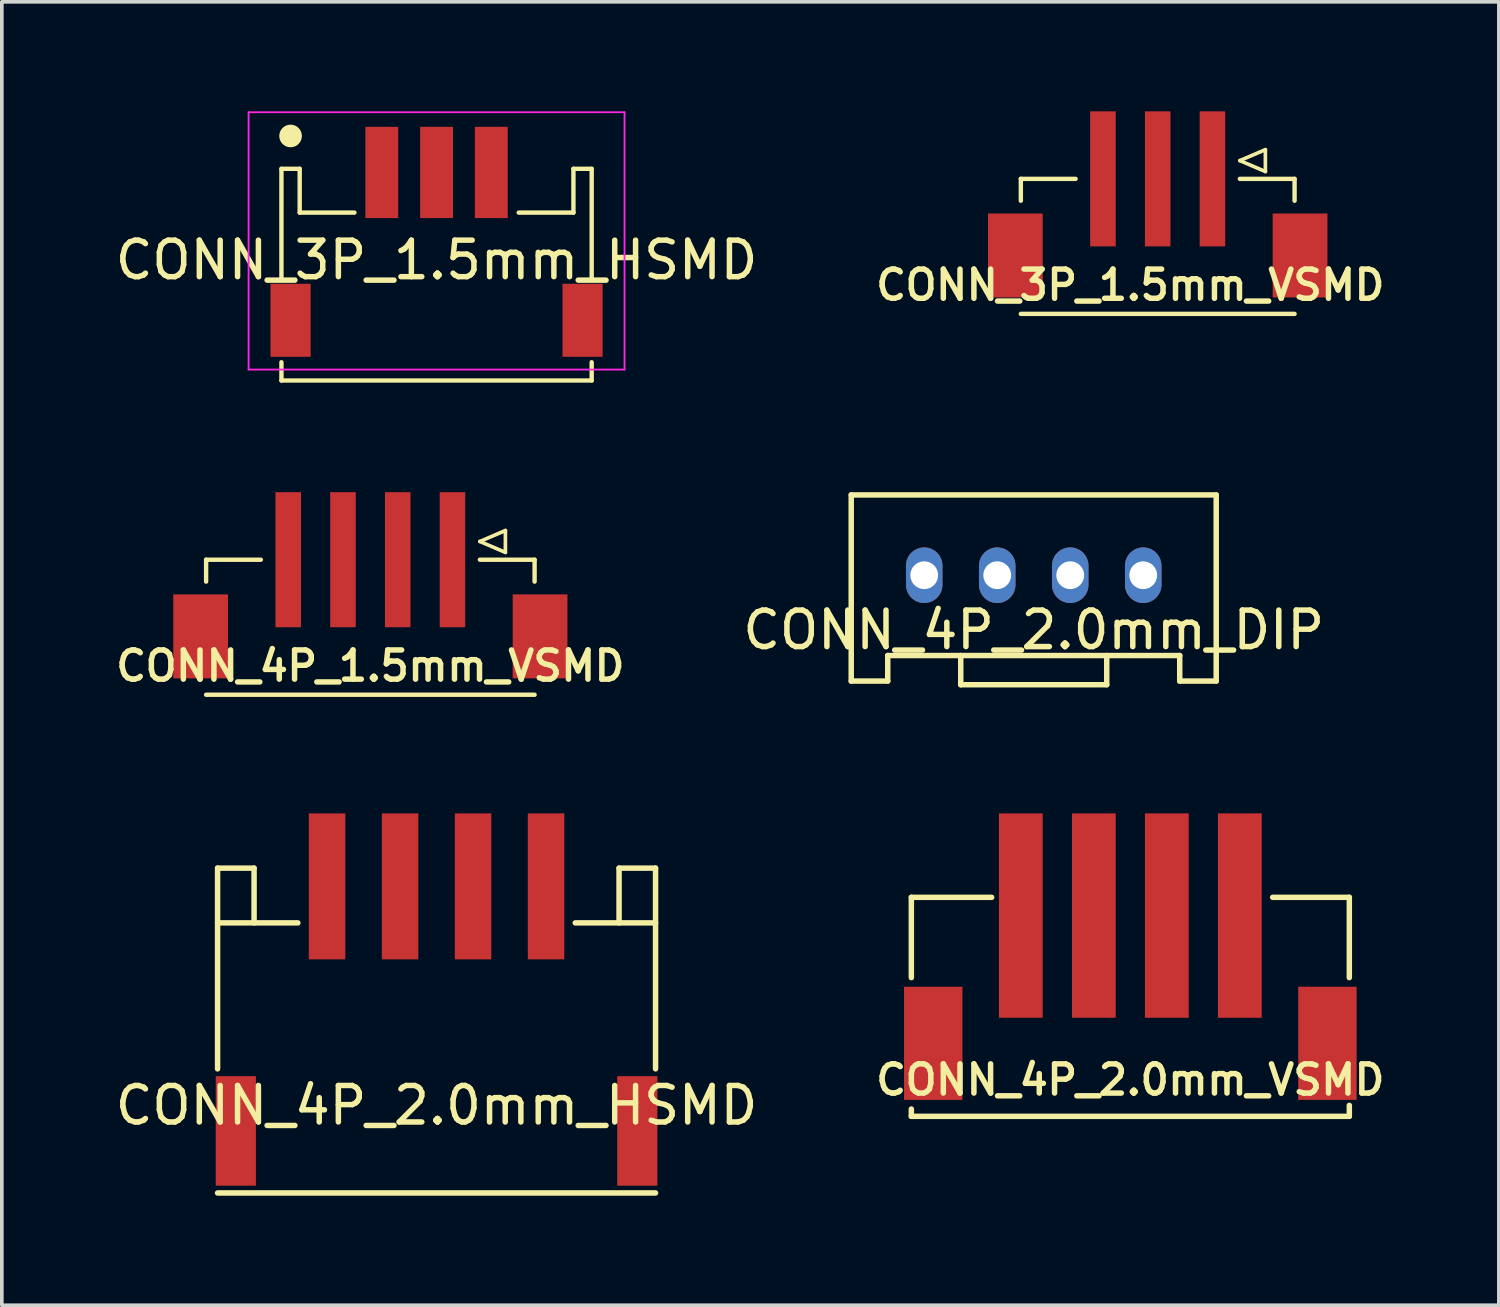
<source format=kicad_pcb>
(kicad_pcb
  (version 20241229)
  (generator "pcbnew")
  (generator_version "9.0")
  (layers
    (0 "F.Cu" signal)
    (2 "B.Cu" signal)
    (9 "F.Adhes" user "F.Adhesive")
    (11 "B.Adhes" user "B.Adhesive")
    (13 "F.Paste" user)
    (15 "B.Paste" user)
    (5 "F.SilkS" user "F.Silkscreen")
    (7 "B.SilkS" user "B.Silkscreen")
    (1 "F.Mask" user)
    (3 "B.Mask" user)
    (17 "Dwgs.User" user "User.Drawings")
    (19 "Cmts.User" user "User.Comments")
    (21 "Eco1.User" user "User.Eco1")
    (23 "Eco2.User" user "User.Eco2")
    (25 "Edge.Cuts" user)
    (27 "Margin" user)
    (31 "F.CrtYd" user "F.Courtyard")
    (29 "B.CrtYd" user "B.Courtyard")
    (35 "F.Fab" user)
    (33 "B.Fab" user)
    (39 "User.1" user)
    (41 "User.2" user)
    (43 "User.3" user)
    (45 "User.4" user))
  (footprint "CONN_4P_2.0mm_DIP"
    (layer "F.Cu")
    (at 25.272 12.71)
    (property "Reference" "CONN_4P_2.0mm_DIP" (at 0 1.5 0) (layer "F.SilkS") (effects (font (size 1 1) (thickness 0.15))))
    (attr through_hole)
    (fp_line (start -5 -2.2) (end 5 -2.2) (stroke (width 0.15) (type solid)) (layer "F.SilkS"))
    (fp_line (start -5 2.9) (end -5 -2.2) (stroke (width 0.15) (type solid)) (layer "F.SilkS"))
    (fp_line (start -4 2.2) (end -4 2.9) (stroke (width 0.15) (type solid)) (layer "F.SilkS"))
    (fp_line (start -4 2.2) (end 4 2.2) (stroke (width 0.15) (type solid)) (layer "F.SilkS"))
    (fp_line (start -4 2.9) (end -5 2.9) (stroke (width 0.15) (type solid)) (layer "F.SilkS"))
    (fp_line (start -2 2.2) (end -2 3) (stroke (width 0.15) (type solid)) (layer "F.SilkS"))
    (fp_line (start -2 3) (end 2 3) (stroke (width 0.15) (type solid)) (layer "F.SilkS"))
    (fp_line (start 2 3) (end 2 2.2) (stroke (width 0.15) (type solid)) (layer "F.SilkS"))
    (fp_line (start 4 2.2) (end 4 2.9) (stroke (width 0.15) (type solid)) (layer "F.SilkS"))
    (fp_line (start 5 -2.2) (end 5 2.9) (stroke (width 0.15) (type solid)) (layer "F.SilkS"))
    (fp_line (start 5 2.9) (end 4 2.9) (stroke (width 0.15) (type solid)) (layer "F.SilkS"))
    (pad "1" thru_hole oval (at -3 0) (size 1 1.524) (drill 0.762) (layers "*.Cu" "*.Mask"))
    (pad "2" thru_hole oval (at -1 0) (size 1 1.524) (drill 0.762) (layers "*.Cu" "*.Mask"))
    (pad "3" thru_hole oval (at 1 0) (size 1 1.524) (drill 0.762) (layers "*.Cu" "*.Mask"))
    (pad "4" thru_hole oval (at 3 0) (size 1 1.524) (drill 0.762) (layers "*.Cu" "*.Mask")))
  (footprint "CONN_3P_1.5mm_VSMD"
    (layer "F.Cu")
    (at 28.669 5.55)
    (property "Reference" "CONN_3P_1.5mm_VSMD" (at -0.75 -0.79 0) (layer "F.SilkS") (effects (font (size 0.8 0.8) (thickness 0.15))))
    (attr through_hole)
    (fp_line (start -3.75 -3.7) (end -2.25 -3.7) (stroke (width 0.12) (type solid)) (layer "F.SilkS"))
    (fp_line (start -3.75 -3.1) (end -3.75 -3.7) (stroke (width 0.12) (type solid)) (layer "F.SilkS"))
    (fp_line (start -3.75 0) (end 3.75 0) (stroke (width 0.12) (type solid)) (layer "F.SilkS"))
    (fp_line (start 2.25 -4.2) (end 2.95 -4.5) (stroke (width 0.1) (type solid)) (layer "F.SilkS"))
    (fp_line (start 2.25 -3.7) (end 3.75 -3.7) (stroke (width 0.12) (type solid)) (layer "F.SilkS"))
    (fp_line (start 2.95 -4.5) (end 2.95 -3.9) (stroke (width 0.1) (type solid)) (layer "F.SilkS"))
    (fp_line (start 2.95 -3.9) (end 2.25 -4.2) (stroke (width 0.1) (type solid)) (layer "F.SilkS"))
    (fp_line (start 3.75 -3.7) (end 3.75 -3.1) (stroke (width 0.12) (type solid)) (layer "F.SilkS"))
    (pad "1" smd rect (at 1.5 -3.7) (size 0.7 3.7) (layers "F.Cu" "F.Mask" "F.Paste"))
    (pad "2" smd rect (at 0 -3.7) (size 0.7 3.7) (layers "F.Cu" "F.Mask" "F.Paste"))
    (pad "3" smd rect (at -1.5 -3.7) (size 0.7 3.7) (layers "F.Cu" "F.Mask" "F.Paste"))
    (pad "SH" smd rect (at -3.9 -1.6) (size 1.5 2.3) (layers "F.Cu" "F.Mask" "F.Paste"))
    (pad "SH" smd rect (at 3.9 -1.6) (size 1.5 2.3) (layers "F.Cu" "F.Mask" "F.Paste")))
  (footprint "CONN_4P_2.0mm_VSMD"
    (layer "F.Cu")
    (at 27.919 27.535)
    (property "Reference" "CONN_4P_2.0mm_VSMD" (at 0 -1 0) (layer "F.SilkS") (effects (font (size 0.8 0.8) (thickness 0.15))))
    (attr through_hole)
    (fp_line (start -6 -6) (end -3.8 -6) (stroke (width 0.15) (type solid)) (layer "F.SilkS"))
    (fp_line (start -6 -3.8) (end -6 -6) (stroke (width 0.15) (type solid)) (layer "F.SilkS"))
    (fp_line (start -6 0) (end -6 -0.2) (stroke (width 0.15) (type solid)) (layer "F.SilkS"))
    (fp_line (start 6 -6) (end 3.9 -6) (stroke (width 0.15) (type solid)) (layer "F.SilkS"))
    (fp_line (start 6 -6) (end 6 -3.8) (stroke (width 0.15) (type solid)) (layer "F.SilkS"))
    (fp_line (start 6 0) (end -6 0) (stroke (width 0.15) (type solid)) (layer "F.SilkS"))
    (fp_line (start 6 0) (end 6 -0.3) (stroke (width 0.15) (type solid)) (layer "F.SilkS"))
    (pad "1" smd rect (at 3 -5.5) (size 1.2 5.6) (layers "F.Cu" "F.Mask" "F.Paste"))
    (pad "2" smd rect (at 1 -5.5) (size 1.2 5.6) (layers "F.Cu" "F.Mask" "F.Paste"))
    (pad "3" smd rect (at -1 -5.5) (size 1.2 5.6) (layers "F.Cu" "F.Mask" "F.Paste"))
    (pad "4" smd rect (at -3 -5.5) (size 1.2 5.6) (layers "F.Cu" "F.Mask" "F.Paste"))
    (pad "5" smd rect (at -5.4 -2) (size 1.6 3.1) (layers "F.Cu" "F.Mask" "F.Paste"))
    (pad "5" smd rect (at 5.4 -2) (size 1.6 3.1) (layers "F.Cu" "F.Mask" "F.Paste")))
  (footprint "CONN_4P_2.0mm_HSMD"
    (layer "F.Cu")
    (at 8.911 25.235)
    (property "Reference" "CONN_4P_2.0mm_HSMD" (at 0 2 0) (layer "F.SilkS") (effects (font (size 1 1) (thickness 0.15))))
    (attr through_hole)
    (fp_line (start -6 -4.5) (end -5 -4.5) (stroke (width 0.15) (type solid)) (layer "F.SilkS"))
    (fp_line (start -6 1) (end -6 -4.5) (stroke (width 0.15) (type solid)) (layer "F.SilkS"))
    (fp_line (start -6 4.4) (end 6 4.4) (stroke (width 0.15) (type solid)) (layer "F.SilkS"))
    (fp_line (start -5 -4.5) (end -5 -3) (stroke (width 0.15) (type solid)) (layer "F.SilkS"))
    (fp_line (start -3.8 -3) (end -6 -3) (stroke (width 0.15) (type solid)) (layer "F.SilkS"))
    (fp_line (start 5 -4.5) (end 6 -4.5) (stroke (width 0.15) (type solid)) (layer "F.SilkS"))
    (fp_line (start 5 -3) (end 5 -4.5) (stroke (width 0.15) (type solid)) (layer "F.SilkS"))
    (fp_line (start 6 -3) (end 3.8 -3) (stroke (width 0.15) (type solid)) (layer "F.SilkS"))
    (fp_line (start 6 1) (end 6 -4.5) (stroke (width 0.15) (type solid)) (layer "F.SilkS"))
    (pad "1" smd rect (at 3 -4) (size 1 4) (layers "F.Cu" "F.Mask" "F.Paste"))
    (pad "2" smd rect (at 1 -4) (size 1 4) (layers "F.Cu" "F.Mask" "F.Paste"))
    (pad "3" smd rect (at -1 -4) (size 1 4) (layers "F.Cu" "F.Mask" "F.Paste"))
    (pad "4" smd rect (at -3 -4) (size 1 4) (layers "F.Cu" "F.Mask" "F.Paste"))
    (pad "5" smd rect (at -5.5 2.7) (size 1.1 3) (layers "F.Cu" "F.Mask" "F.Paste"))
    (pad "5" smd rect (at 5.5 2.7) (size 1.1 3) (layers "F.Cu" "F.Mask" "F.Paste")))
  (footprint "CONN_3P_1.5mm_HSMD"
    (layer "F.Cu")
    (at 8.911 1.675)
    (property "Reference" "CONN_3P_1.5mm_HSMD" (at 0 2.4 0) (layer "F.SilkS") (effects (font (size 1 1) (thickness 0.15))))
    (attr smd)
    (fp_line (start -4.25 -0.1) (end -3.75 -0.1) (stroke (width 0.12) (type solid)) (layer "F.SilkS"))
    (fp_line (start -4.25 2.9) (end -4.25 -0.1) (stroke (width 0.12) (type solid)) (layer "F.SilkS"))
    (fp_line (start -4.25 5.2) (end -4.25 5.7) (stroke (width 0.12) (type solid)) (layer "F.SilkS"))
    (fp_line (start -4.25 5.7) (end 4.25 5.7) (stroke (width 0.12) (type solid)) (layer "F.SilkS"))
    (fp_line (start -3.75 1.1) (end -3.75 -0.1) (stroke (width 0.12) (type solid)) (layer "F.SilkS"))
    (fp_line (start -2.25 1.1) (end -3.75 1.1) (stroke (width 0.12) (type solid)) (layer "F.SilkS"))
    (fp_line (start 2.25 1.1) (end 3.75 1.1) (stroke (width 0.12) (type solid)) (layer "F.SilkS"))
    (fp_line (start 3.75 1.1) (end 3.75 -0.1) (stroke (width 0.12) (type solid)) (layer "F.SilkS"))
    (fp_line (start 4.25 -0.1) (end 3.75 -0.1) (stroke (width 0.12) (type solid)) (layer "F.SilkS"))
    (fp_line (start 4.25 2.9) (end 4.25 -0.1) (stroke (width 0.12) (type solid)) (layer "F.SilkS"))
    (fp_line (start 4.25 5.7) (end 4.25 5.2) (stroke (width 0.12) (type solid)) (layer "F.SilkS"))
    (fp_circle (center -4 -1) (end -3.75 -1) (stroke (width 0.12) (type solid)) (fill yes) (layer "F.SilkS"))
    (fp_line (start -5.15 -1.65) (end -5.15 5.4) (stroke (width 0.05) (type solid)) (layer "F.CrtYd"))
    (fp_line (start -5.15 -1.65) (end 5.15 -1.65) (stroke (width 0.05) (type solid)) (layer "F.CrtYd"))
    (fp_line (start -5.15 5.4) (end 5.15 5.4) (stroke (width 0.05) (type solid)) (layer "F.CrtYd"))
    (fp_line (start 5.15 -1.65) (end 5.15 5.4) (stroke (width 0.05) (type solid)) (layer "F.CrtYd"))
    (pad "1" smd rect (at -1.5 0) (size 0.9 2.5) (layers "F.Cu" "F.Mask" "F.Paste"))
    (pad "2" smd rect (at 0 0) (size 0.9 2.5) (layers "F.Cu" "F.Mask" "F.Paste"))
    (pad "3" smd rect (at 1.5 0) (size 0.9 2.5) (layers "F.Cu" "F.Mask" "F.Paste"))
    (pad "SH" smd rect (at -4 4.05) (size 1.1 2) (layers "F.Cu" "F.Mask" "F.Paste"))
    (pad "SH" smd rect (at 4 4.05) (size 1.1 2) (layers "F.Cu" "F.Mask" "F.Paste")))
  (footprint "CONN_4P_1.5mm_VSMD"
    (layer "F.Cu")
    (at 7.097 15.985)
    (property "Reference" "CONN_4P_1.5mm_VSMD" (at 0 -0.79 0) (layer "F.SilkS") (effects (font (size 0.8 0.8) (thickness 0.15))))
    (attr through_hole)
    (fp_line (start -4.5 -3.7) (end -3 -3.7) (stroke (width 0.12) (type solid)) (layer "F.SilkS"))
    (fp_line (start -4.5 -3.1) (end -4.5 -3.7) (stroke (width 0.12) (type solid)) (layer "F.SilkS"))
    (fp_line (start -4.5 0) (end 4.5 0) (stroke (width 0.12) (type solid)) (layer "F.SilkS"))
    (fp_line (start 3 -4.2) (end 3.7 -4.5) (stroke (width 0.1) (type solid)) (layer "F.SilkS"))
    (fp_line (start 3 -3.7) (end 4.5 -3.7) (stroke (width 0.12) (type solid)) (layer "F.SilkS"))
    (fp_line (start 3.7 -4.5) (end 3.7 -3.9) (stroke (width 0.1) (type solid)) (layer "F.SilkS"))
    (fp_line (start 3.7 -3.9) (end 3 -4.2) (stroke (width 0.1) (type solid)) (layer "F.SilkS"))
    (fp_line (start 4.5 -3.7) (end 4.5 -3.1) (stroke (width 0.12) (type solid)) (layer "F.SilkS"))
    (pad "1" smd rect (at 2.25 -3.7) (size 0.7 3.7) (layers "F.Cu" "F.Mask" "F.Paste"))
    (pad "2" smd rect (at 0.75 -3.7) (size 0.7 3.7) (layers "F.Cu" "F.Mask" "F.Paste"))
    (pad "3" smd rect (at -0.75 -3.7) (size 0.7 3.7) (layers "F.Cu" "F.Mask" "F.Paste"))
    (pad "4" smd rect (at -2.25 -3.7) (size 0.7 3.7) (layers "F.Cu" "F.Mask" "F.Paste"))
    (pad "SH" smd rect (at -4.65 -1.6) (size 1.5 2.3) (layers "F.Cu" "F.Mask" "F.Paste"))
    (pad "SH" smd rect (at 4.65 -1.6) (size 1.5 2.3) (layers "F.Cu" "F.Mask" "F.Paste")))
  (gr_rect
    (start -3 -3)
    (end 38.016 32.71)
    (stroke (width 0.1) (type default))
    (fill no)
    (layer "Edge.Cuts")))
</source>
